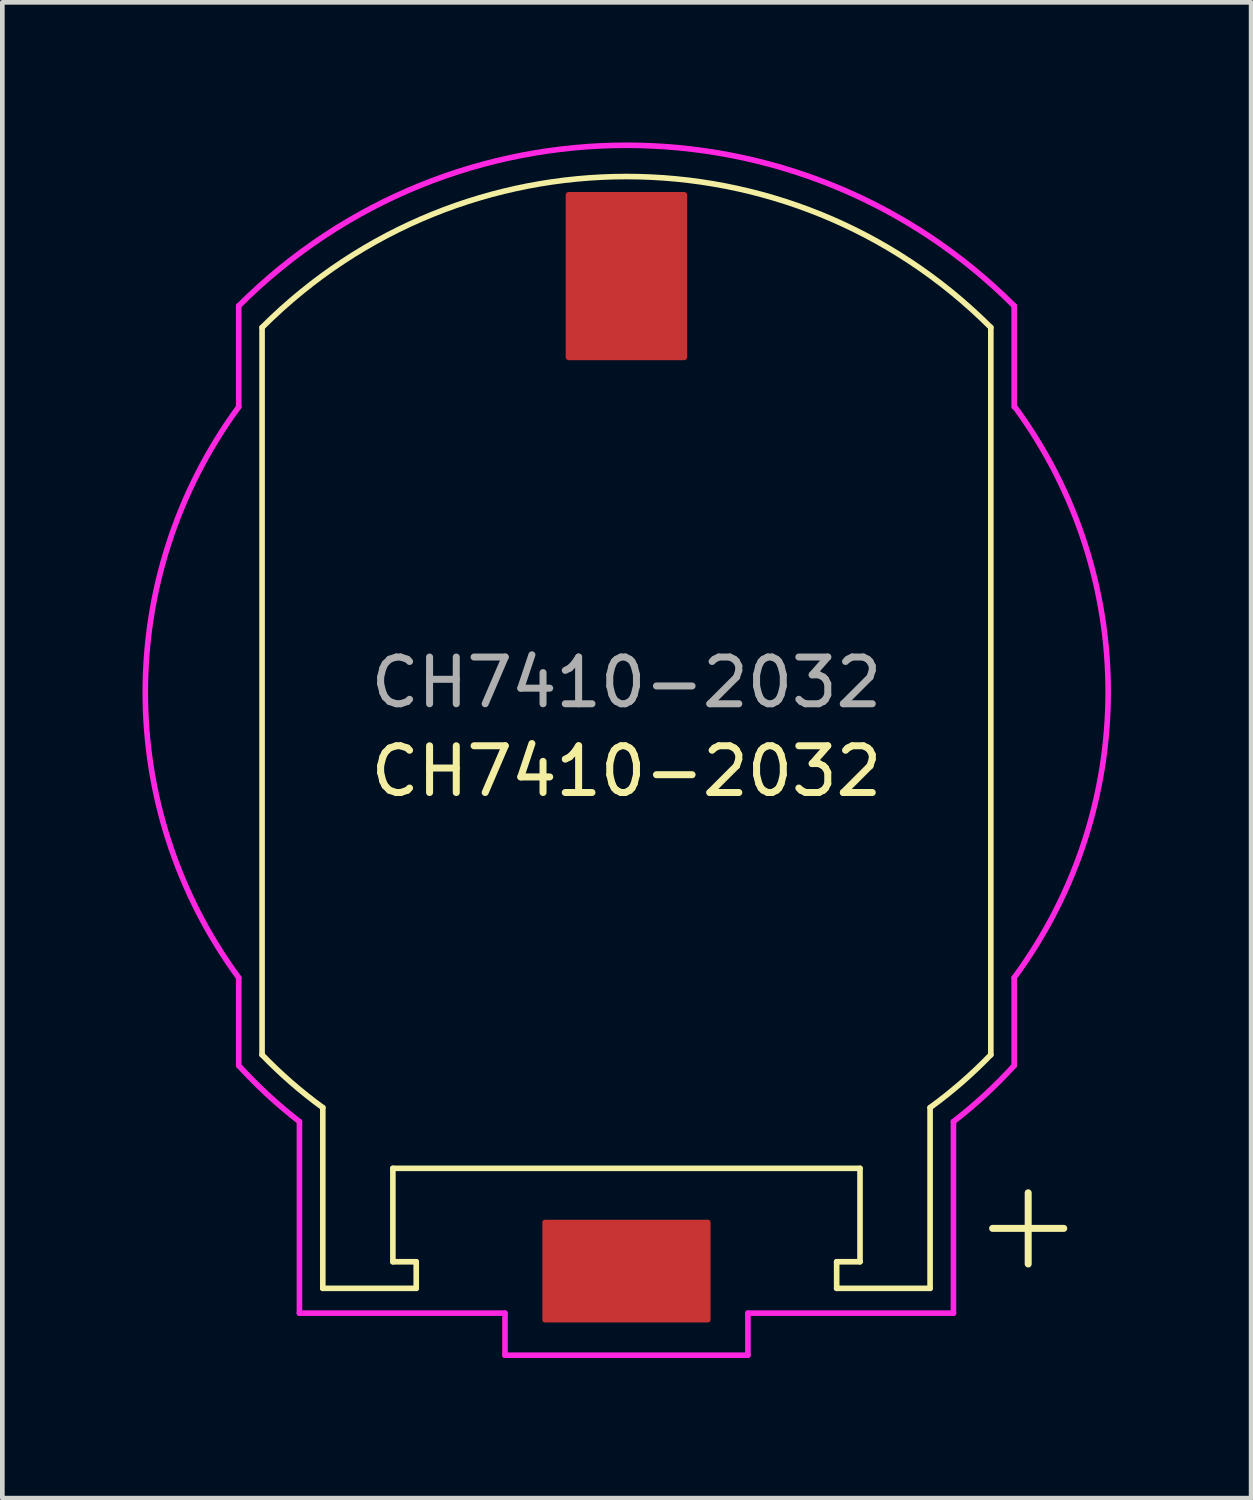
<source format=kicad_pcb>
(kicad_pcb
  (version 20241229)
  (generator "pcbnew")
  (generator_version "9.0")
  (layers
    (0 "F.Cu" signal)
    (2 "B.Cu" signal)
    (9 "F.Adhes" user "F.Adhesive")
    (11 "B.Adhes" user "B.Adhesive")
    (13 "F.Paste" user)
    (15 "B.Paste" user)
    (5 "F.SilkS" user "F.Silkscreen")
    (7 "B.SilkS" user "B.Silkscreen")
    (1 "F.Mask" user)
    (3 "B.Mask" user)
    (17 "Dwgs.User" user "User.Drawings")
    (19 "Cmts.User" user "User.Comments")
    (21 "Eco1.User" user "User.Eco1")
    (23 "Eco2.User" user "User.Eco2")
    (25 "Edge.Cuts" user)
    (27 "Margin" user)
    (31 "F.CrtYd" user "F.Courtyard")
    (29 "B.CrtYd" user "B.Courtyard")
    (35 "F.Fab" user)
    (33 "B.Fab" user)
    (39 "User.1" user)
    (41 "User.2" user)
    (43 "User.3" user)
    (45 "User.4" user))
  (footprint "CH7410-2032"
    (layer "F.Cu")
    (at 10.36 13.96)
    (property "Reference" "CH7410-2032" (at 0 -0.5 0) (unlocked yes) (layer "F.SilkS") (effects (font (size 1 1) (thickness 0.15))))
    (attr smd)
    (fp_line (start -7.8 -10) (end -7.8 5.57) (stroke (width 0.12) (type default)) (layer "F.SilkS"))
    (fp_line (start -6.5 10.569) (end -6.5 6.7) (stroke (width 0.12) (type default)) (layer "F.SilkS"))
    (fp_line (start -6.5 10.569) (end -4.5 10.569) (stroke (width 0.12) (type default)) (layer "F.SilkS"))
    (fp_line (start -5 8) (end -5 10) (stroke (width 0.12) (type default)) (layer "F.SilkS"))
    (fp_line (start -5 8) (end 5 8) (stroke (width 0.12) (type default)) (layer "F.SilkS"))
    (fp_line (start -4.5 10) (end -5 10) (stroke (width 0.12) (type default)) (layer "F.SilkS"))
    (fp_line (start -4.5 10) (end -4.5 10.569) (stroke (width 0.12) (type default)) (layer "F.SilkS"))
    (fp_line (start 4.5 10) (end 4.5 10.569) (stroke (width 0.12) (type default)) (layer "F.SilkS"))
    (fp_line (start 4.5 10) (end 5 10) (stroke (width 0.12) (type default)) (layer "F.SilkS"))
    (fp_line (start 4.5 10.569) (end 6.5 10.569) (stroke (width 0.12) (type default)) (layer "F.SilkS"))
    (fp_line (start 5 8) (end 5 10) (stroke (width 0.12) (type default)) (layer "F.SilkS"))
    (fp_line (start 6.5 10.569) (end 6.5 6.7) (stroke (width 0.12) (type default)) (layer "F.SilkS"))
    (fp_line (start 7.8 -10) (end 7.8 5.57) (stroke (width 0.12) (type default)) (layer "F.SilkS"))
    (fp_arc (start -7.8 -10) (mid 0 -13.230866) (end 7.8 -10) (stroke (width 0.12) (type default)) (layer "F.SilkS"))
    (fp_arc (start -6.5 6.7) (mid -7.174687 6.162947) (end -7.8 5.569134) (stroke (width 0.12) (type default)) (layer "F.SilkS"))
    (fp_arc (start 7.8 5.569134) (mid 7.174687 6.162947) (end 6.5 6.7) (stroke (width 0.12) (type default)) (layer "F.SilkS"))
    (fp_line (start -8.3 -10.462) (end -8.3 -8.3) (stroke (width 0.12) (type default)) (layer "F.CrtYd"))
    (fp_line (start -8.3 3.92) (end -8.3 5.8) (stroke (width 0.12) (type default)) (layer "F.CrtYd"))
    (fp_line (start -7 7) (end -7 11.1) (stroke (width 0.12) (type default)) (layer "F.CrtYd"))
    (fp_line (start -7 11.1) (end -2.6 11.1) (stroke (width 0.12) (type default)) (layer "F.CrtYd"))
    (fp_line (start -2.6 11.1) (end -2.6 12) (stroke (width 0.12) (type default)) (layer "F.CrtYd"))
    (fp_line (start -2.6 12) (end 2.6 12) (stroke (width 0.12) (type default)) (layer "F.CrtYd"))
    (fp_line (start 2.6 11.1) (end 2.6 12) (stroke (width 0.12) (type default)) (layer "F.CrtYd"))
    (fp_line (start 7 7) (end 7 11.1) (stroke (width 0.12) (type default)) (layer "F.CrtYd"))
    (fp_line (start 7 11.1) (end 2.6 11.1) (stroke (width 0.12) (type default)) (layer "F.CrtYd"))
    (fp_line (start 8.3 -10.462) (end 8.3 -8.3) (stroke (width 0.12) (type default)) (layer "F.CrtYd"))
    (fp_line (start 8.3 3.92) (end 8.3 5.8) (stroke (width 0.12) (type default)) (layer "F.CrtYd"))
    (fp_arc (start -8.3 -10.462027) (mid 0 -13.9) (end 8.3 -10.462027) (stroke (width 0.12) (type default)) (layer "F.CrtYd"))
    (fp_arc (start -8.3 3.92) (mid -10.300007 -2.19) (end -8.3 -8.3) (stroke (width 0.12) (type default)) (layer "F.CrtYd"))
    (fp_arc (start -7 7) (mid -7.676197 6.42838) (end -8.3 5.8) (stroke (width 0.12) (type default)) (layer "F.CrtYd"))
    (fp_arc (start 8.3 5.8) (mid 7.676197 6.42838) (end 7 7) (stroke (width 0.12) (type default)) (layer "F.CrtYd"))
    (fp_arc (start 8.316333 -8.297787) (mid 10.312333 -2.186214) (end 8.3 3.92) (stroke (width 0.12) (type default)) (layer "F.CrtYd"))
    (fp_text user "+" (at 8.6 10.3 0) (unlocked yes) (layer "F.SilkS") (effects (font (size 2 2) (thickness 0.15)) (justify bottom)))
    (fp_text user "${REFERENCE}" (at 0 -2.4 0) (unlocked yes) (layer "F.Fab") (effects (font (size 1 1) (thickness 0.15))))
    (pad "1" smd roundrect (at 0 10.2) (size 3.6 2.2) (layers "F.Cu" "F.Mask" "F.Paste") (roundrect_rratio 0.025))
    (pad "2" smd roundrect (at 0 -11.1) (size 2.6 3.6) (layers "F.Cu" "F.Mask" "F.Paste") (roundrect_rratio 0.025)))
  (gr_rect
    (start -3 -3)
    (end 23.732 29.02)
    (stroke (width 0.1) (type default))
    (fill no)
    (layer "Edge.Cuts")))
</source>
